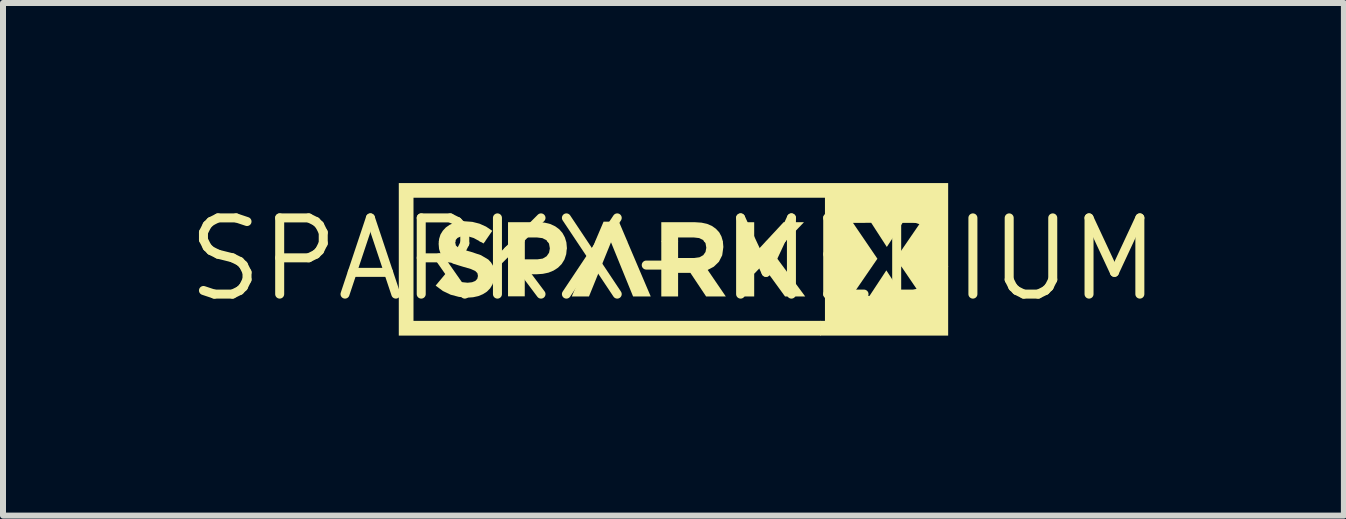
<source format=kicad_pcb>
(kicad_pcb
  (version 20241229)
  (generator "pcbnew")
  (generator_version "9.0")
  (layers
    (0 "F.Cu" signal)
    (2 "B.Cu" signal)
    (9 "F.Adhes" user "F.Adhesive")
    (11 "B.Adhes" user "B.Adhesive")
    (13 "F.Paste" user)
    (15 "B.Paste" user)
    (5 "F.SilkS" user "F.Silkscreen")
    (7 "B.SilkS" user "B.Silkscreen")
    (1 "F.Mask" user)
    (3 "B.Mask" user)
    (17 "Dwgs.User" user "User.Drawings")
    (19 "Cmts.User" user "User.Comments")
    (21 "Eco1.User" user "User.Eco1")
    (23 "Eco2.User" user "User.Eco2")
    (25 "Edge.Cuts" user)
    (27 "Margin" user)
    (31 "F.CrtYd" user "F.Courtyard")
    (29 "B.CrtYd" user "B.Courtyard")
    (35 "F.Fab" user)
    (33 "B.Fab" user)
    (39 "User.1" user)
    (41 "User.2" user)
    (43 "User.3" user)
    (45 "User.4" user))
  (footprint "SPARKX-MEDIUM"
    (layer "F.Cu")
    (at 8.172 1.271)
    (property "Reference" "SPARKX-MEDIUM" (at 0 0 0) (layer "F.SilkS") (effects (font (size 1.27 1.27) (thickness 0.15))))
    (fp_poly (pts (xy -3.164 -0.264) (xy -3.239 -0.306) (xy -3.136 -0.306)) (stroke (width 0) (type solid)) (fill yes) (layer "F.SilkS"))
    (fp_poly (pts (xy -0.768 -0.296) (xy -1.306 -0.296) (xy -1.165 -0.627) (xy -0.909 -0.627)) (stroke (width 0) (type solid)) (fill yes) (layer "F.SilkS"))
    (fp_poly (pts (xy 1.345 -0.296) (xy 1.065 -0.296) (xy 1.065 -0.618) (xy 1.345 -0.618)) (stroke (width 0) (type solid)) (fill yes) (layer "F.SilkS"))
    (fp_poly (pts (xy 1.865 -0.296) (xy 1.536 -0.296) (xy 1.835 -0.618) (xy 2.174 -0.618)) (stroke (width 0) (type solid)) (fill yes) (layer "F.SilkS"))
    (fp_poly (pts (xy -0.379 0.619) (xy -0.673 0.619) (xy -1.041 -0.284) (xy -1.408 0.619) (xy -1.695 0.619) (xy -1.301 -0.306) (xy -0.773 -0.306)) (stroke (width 0) (type solid)) (fill yes) (layer "F.SilkS"))
    (fp_poly (pts (xy 1.345 -0.09) (xy 1.545 -0.306) (xy 1.875 -0.306) (xy 1.67 -0.092) (xy 2.195 0.619) (xy 1.859 0.619) (xy 1.481 0.099) (xy 1.345 0.241) (xy 1.345 0.619) (xy 1.065 0.619) (xy 1.065 -0.306) (xy 1.345 -0.306)) (stroke (width 0) (type solid)) (fill yes) (layer "F.SilkS"))
    (fp_poly (pts (xy 2.973 0.609) (xy 3.267 0.609) (xy 3.547 0.184) (xy 3.825 0.609) (xy 4.13 0.609) (xy 3.796 0.118) (xy 4.577 0.118) (xy 4.577 1.271) (xy 2.442 1.271) (xy 2.442 1.026) (xy 2.524 1.026) (xy 2.524 0.118) (xy 3.31 0.118)) (stroke (width 0) (type solid)) (fill yes) (layer "F.SilkS"))
    (fp_poly (pts (xy -2.145 -0.611) (xy -2.052 -0.588) (xy -1.971 -0.55) (xy -1.903 -0.5) (xy -1.849 -0.438) (xy -1.809 -0.364) (xy -1.789 -0.296) (xy -2.1 -0.296) (xy -2.116 -0.318) (xy -2.184 -0.353) (xy -2.274 -0.364) (xy -2.477 -0.364) (xy -2.477 -0.296) (xy -2.757 -0.296) (xy -2.757 -0.619) (xy -2.251 -0.619)) (stroke (width 0) (type solid)) (fill yes) (layer "F.SilkS"))
    (fp_poly (pts (xy 0.467 -0.611) (xy 0.559 -0.591) (xy 0.639 -0.557) (xy 0.707 -0.509) (xy 0.762 -0.45) (xy 0.8 -0.379) (xy 0.824 -0.296) (xy 0.513 -0.296) (xy 0.493 -0.322) (xy 0.428 -0.354) (xy 0.34 -0.364) (xy 0.077 -0.364) (xy 0.077 -0.296) (xy -0.203 -0.296) (xy -0.203 -0.618) (xy 0.363 -0.618)) (stroke (width 0) (type solid)) (fill yes) (layer "F.SilkS"))
    (fp_poly (pts (xy 4.577 0.128) (xy 3.802 0.128) (xy 3.705 -0.014) (xy 4.112 -0.608) (xy 3.818 -0.608) (xy 3.555 -0.206) (xy 3.295 -0.608) (xy 2.991 -0.608) (xy 3.398 -0.01) (xy 3.303 0.128) (xy 2.524 0.128) (xy 2.524 -1.026) (xy -4.332 -1.026) (xy -4.332 1.026) (xy 2.452 1.026) (xy 2.452 1.271) (xy -4.577 1.271) (xy -4.577 -1.271) (xy 4.577 -1.271)) (stroke (width 0) (type solid)) (fill yes) (layer "F.SilkS"))
    (fp_poly (pts (xy -3.351 -0.624) (xy -3.232 -0.594) (xy -3.123 -0.545) (xy -3.019 -0.475) (xy -3.142 -0.296) (xy -3.221 -0.296) (xy -3.329 -0.355) (xy -3.406 -0.378) (xy -3.484 -0.386) (xy -3.551 -0.378) (xy -3.599 -0.356) (xy -3.627 -0.324) (xy -3.633 -0.296) (xy -3.91 -0.296) (xy -3.905 -0.341) (xy -3.882 -0.414) (xy -3.843 -0.477) (xy -3.793 -0.531) (xy -3.73 -0.575) (xy -3.656 -0.607) (xy -3.572 -0.627) (xy -3.481 -0.634)) (stroke (width 0) (type solid)) (fill yes) (layer "F.SilkS"))
    (fp_poly (pts (xy 0.077 -0.022) (xy 0.345 -0.022) (xy 0.433 -0.034) (xy 0.496 -0.069) (xy 0.534 -0.123) (xy 0.547 -0.192) (xy 0.547 -0.193) (xy 0.534 -0.269) (xy 0.505 -0.306) (xy 0.821 -0.306) (xy 0.823 -0.299) (xy 0.831 -0.208) (xy 0.831 -0.204) (xy 0.812 -0.067) (xy 0.757 0.041) (xy 0.672 0.123) (xy 0.57 0.177) (xy 0.872 0.619) (xy 0.544 0.619) (xy 0.282 0.226) (xy 0.077 0.226) (xy 0.077 0.619) (xy -0.203 0.619) (xy -0.203 -0.306) (xy 0.077 -0.306)) (stroke (width 0) (type solid)) (fill yes) (layer "F.SilkS"))
    (fp_poly (pts (xy -2.477 0.000487) (xy -2.268 0.000487) (xy -2.179 -0.012) (xy -2.114 -0.051) (xy -2.073 -0.11) (xy -2.06 -0.181) (xy -2.06 -0.183) (xy -2.074 -0.262) (xy -2.107 -0.306) (xy -1.792 -0.306) (xy -1.784 -0.281) (xy -1.776 -0.19) (xy -1.776 -0.164) (xy -1.779 -0.17) (xy -1.787 -0.086) (xy -1.816 0.002) (xy -1.862 0.077) (xy -1.923 0.139) (xy -1.997 0.187) (xy -2.082 0.222) (xy -2.177 0.242) (xy -2.278 0.249) (xy -2.478 0.249) (xy -2.478 0.617) (xy -2.757 0.617) (xy -2.757 -0.306) (xy -2.477 -0.306)) (stroke (width 0) (type solid)) (fill yes) (layer "F.SilkS"))
    (fp_poly (pts (xy -3.636 -0.284) (xy -3.636 -0.281) (xy -3.626 -0.231) (xy -3.586 -0.194) (xy -3.506 -0.161) (xy -3.375 -0.125) (xy -3.208 -0.069) (xy -3.085 0.004) (xy -3.04 0.052) (xy -3.007 0.107) (xy -2.988 0.171) (xy -2.981 0.247) (xy -2.981 0.254) (xy -2.99 0.341) (xy -3.015 0.418) (xy -3.055 0.484) (xy -3.109 0.539) (xy -3.175 0.581) (xy -3.252 0.613) (xy -3.339 0.632) (xy -3.435 0.639) (xy -3.575 0.626) (xy -3.712 0.59) (xy -3.842 0.528) (xy -3.963 0.438) (xy -3.797 0.239) (xy -3.709 0.303) (xy -3.622 0.35) (xy -3.53 0.38) (xy -3.43 0.39) (xy -3.356 0.382) (xy -3.302 0.36) (xy -3.269 0.325) (xy -3.258 0.278) (xy -3.258 0.276) (xy -3.267 0.231) (xy -3.302 0.195) (xy -3.377 0.161) (xy -3.502 0.125) (xy -3.671 0.073) (xy -3.801 0.003) (xy -3.848 -0.044) (xy -3.883 -0.101) (xy -3.906 -0.172) (xy -3.913 -0.256) (xy -3.913 -0.26) (xy -3.909 -0.306) (xy -3.631 -0.306)) (stroke (width 0) (type solid)) (fill yes) (layer "F.SilkS")))
  (gr_rect
    (start -3 -3)
    (end 19.343 5.541)
    (stroke (width 0.1) (type default))
    (fill no)
    (layer "Edge.Cuts")))
</source>
